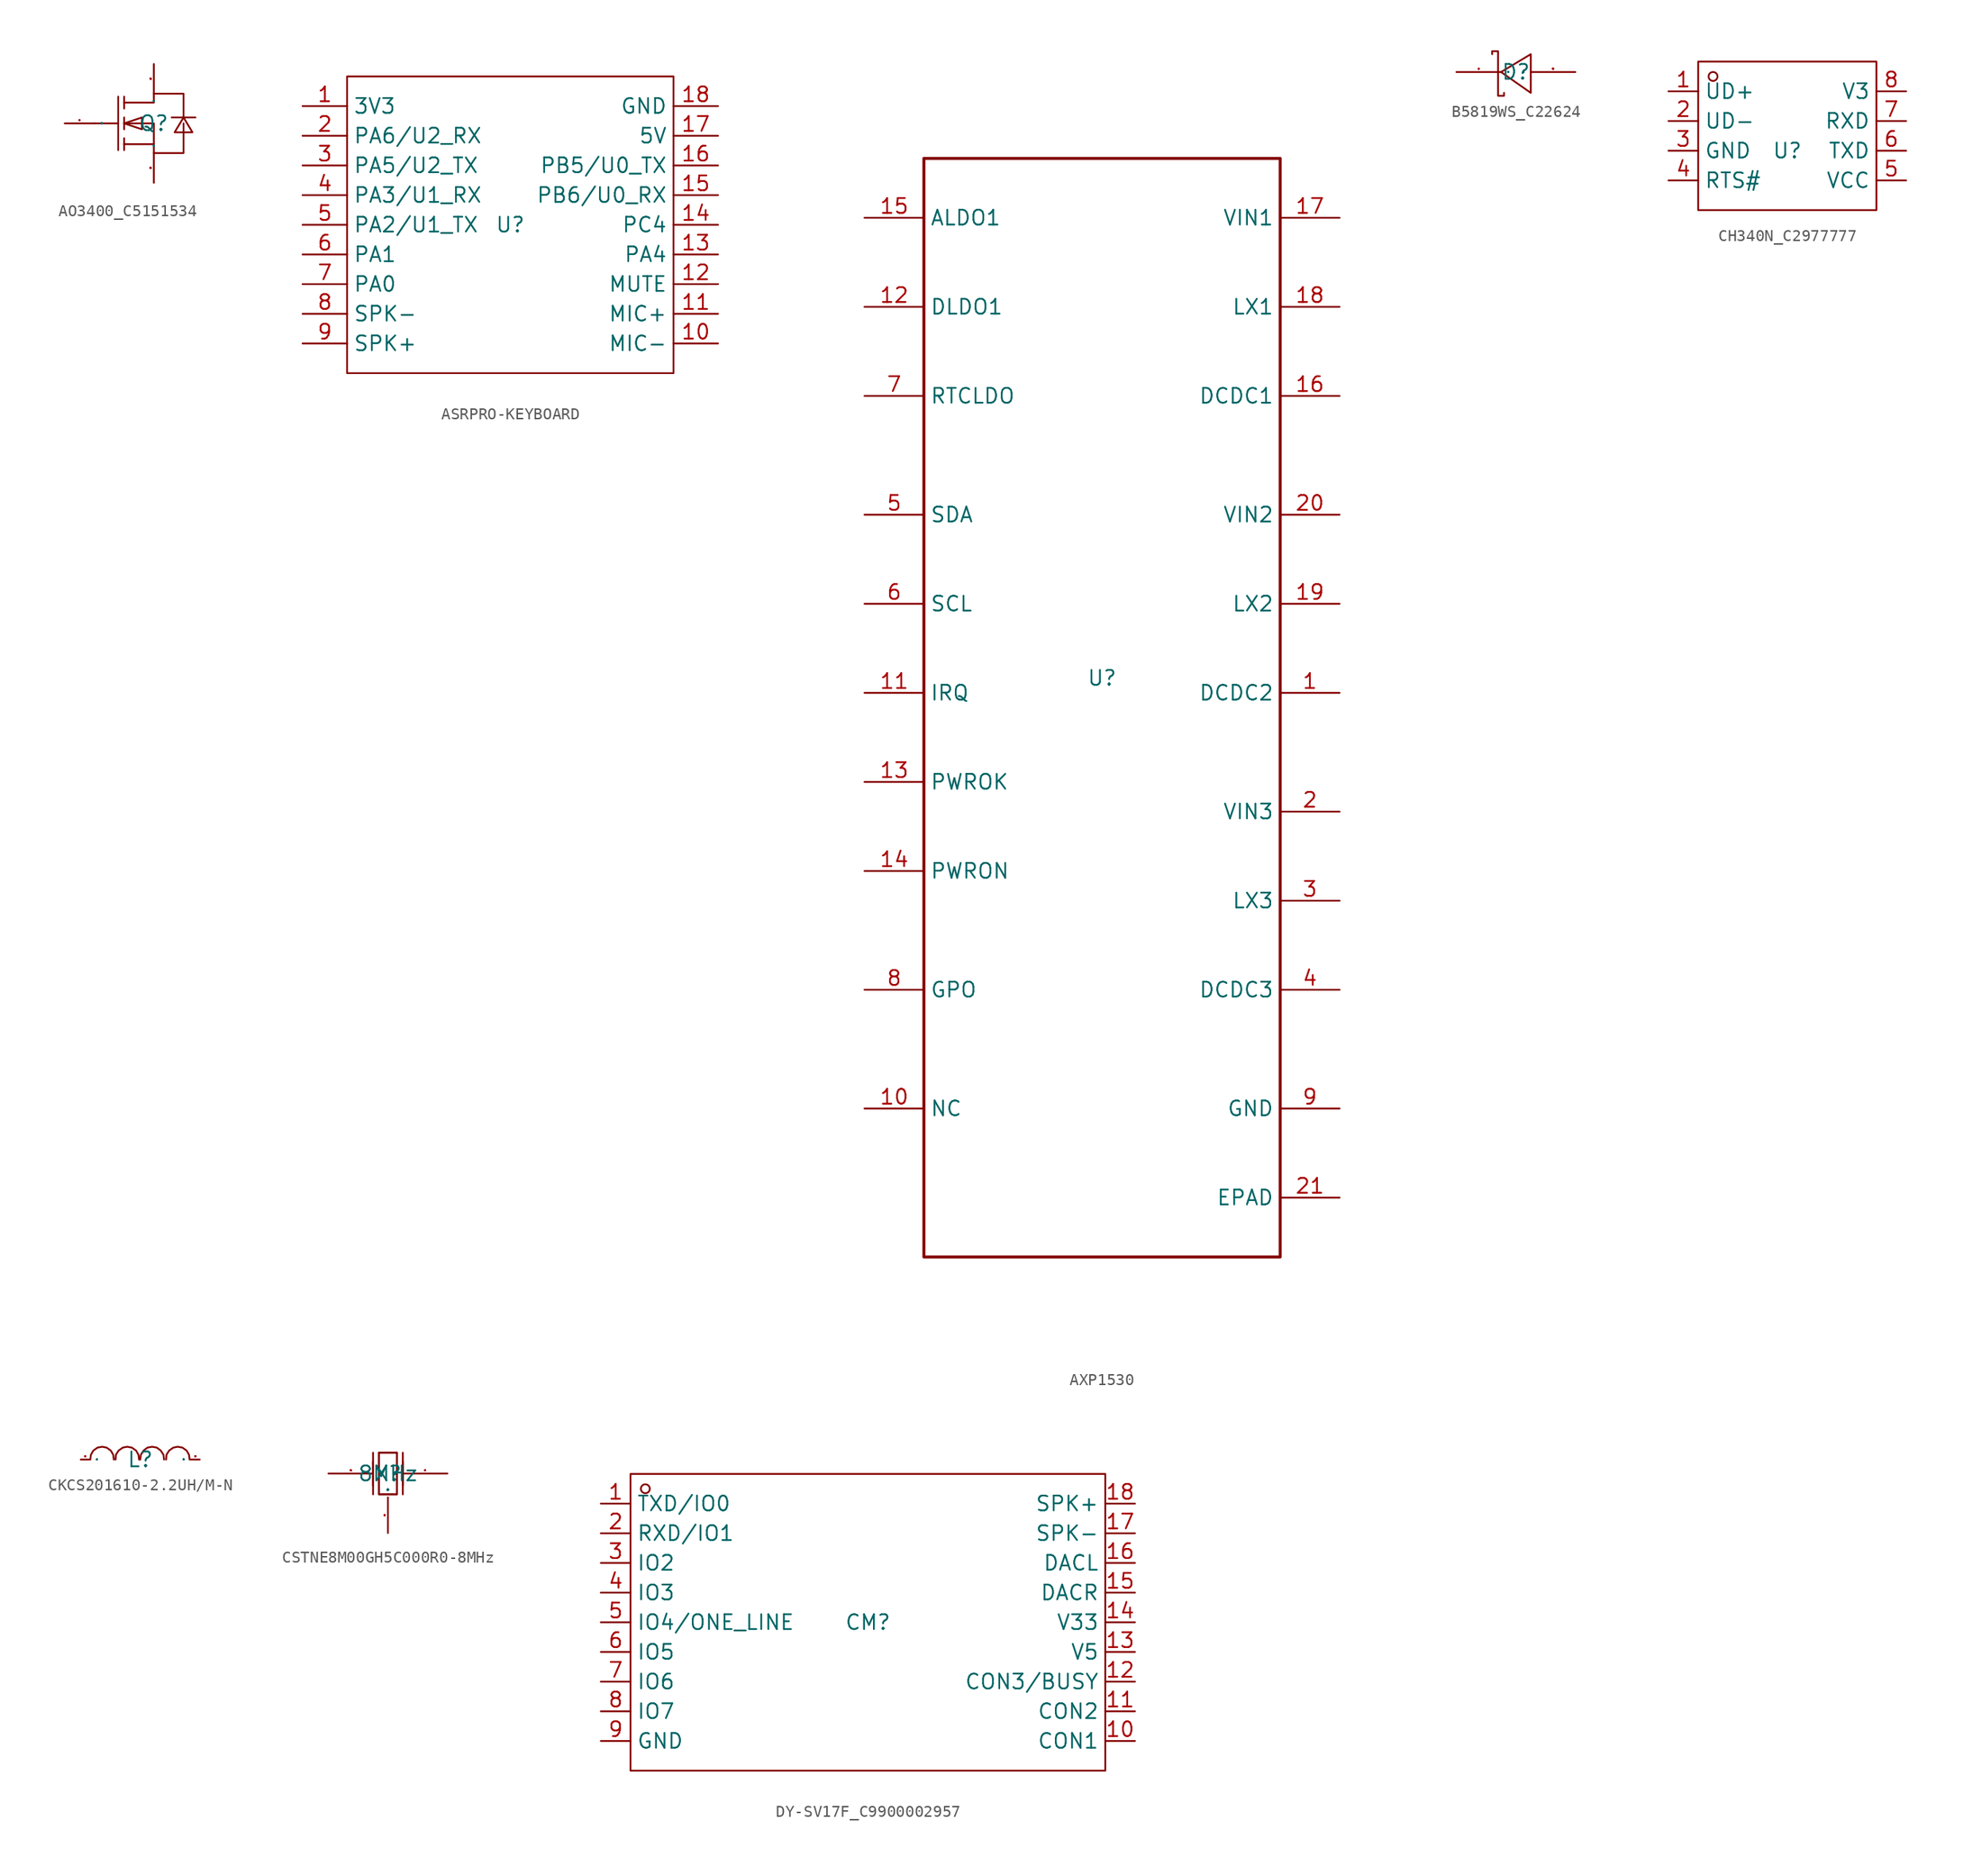
<source format=kicad_sym>
(kicad_symbol_lib
  (version 20231120)
  (generator "kicad_symbol_editor")
  (generator_version "8.0")
  (symbol "AO3400_C5151534"
    (property "Reference" "Q"
      (at 0 0 0)
      (effects (font (size 1.27 1.27))))
    (property "Value" ""
      (at 0 0 0)
      (effects (font (size 1.27 1.27))))
    (symbol "AO3400_C5151534_1_0"
      (polyline (pts (xy -5.08 0) (xy -3.048 0)) (stroke (width 0) (type default)) (fill (type none)))
      (polyline (pts (xy -3.048 2.286) (xy -3.048 -2.286)) (stroke (width 0) (type default)) (fill (type none)))
      (polyline (pts (xy -2.54 -2.286) (xy -2.54 -1.27)) (stroke (width 0) (type default)) (fill (type none)))
      (polyline (pts (xy -2.54 -0.508) (xy -2.54 0.508)) (stroke (width 0) (type default)) (fill (type none)))
      (polyline (pts (xy -2.54 2.286) (xy -2.54 1.27)) (stroke (width 0) (type default)) (fill (type none)))
      (polyline (pts (xy 0 -1.778) (xy -2.54 -1.778)) (stroke (width 0) (type default)) (fill (type none)))
      (polyline (pts (xy -2.54 0) (xy -1.016 -0.508) (xy -1.016 -0.508) (xy -1.016 0.508) (xy -1.016 0.508) (xy -2.54 0)) (stroke (width 0) (type default)) (fill (type none)))
      (polyline (pts (xy 2.54 0.508) (xy 1.778 -0.762) (xy 1.778 -0.762) (xy 3.302 -0.762) (xy 3.302 -0.762) (xy 2.54 0.508)) (stroke (width 0) (type default)) (fill (type none)))
      (polyline (pts (xy 3.556 0.508) (xy 3.048 0.508) (xy 3.048 0.508) (xy 2.032 0.508) (xy 2.032 0.508) (xy 1.524 0.508)) (stroke (width 0) (type default)) (fill (type none)))
      (polyline (pts (xy -2.54 0) (xy 0 0) (xy 0 0) (xy 0 -2.54) (xy 0 -2.54) (xy 2.54 -2.54) (xy 2.54 -2.54) (xy 2.54 -2.54) (xy 2.54 -2.54) (xy 2.54 0)) (stroke (width 0) (type default)) (fill (type none)))
      (polyline (pts (xy -2.54 1.778) (xy 0 1.778) (xy 0 1.778) (xy 0 2.54) (xy 0 2.54) (xy 2.54 2.54) (xy 2.54 2.54) (xy 2.54 2.54) (xy 2.54 2.54) (xy 2.54 0.508)) (stroke (width 0) (type default)) (fill (type none)))
      (pin unspecified line (at -7.62 0 0) (length 2.54) (name "G" (effects (font (size 0.025 0.025)))) (number "1" (effects (font (size 0.025 0.025)))))
      (pin unspecified line (at 0 -5.08 90) (length 2.54) (name "S" (effects (font (size 0.025 0.025)))) (number "2" (effects (font (size 0.025 0.025)))))
      (pin unspecified line (at 0 5.08 270) (length 2.54) (name "D" (effects (font (size 0.025 0.025)))) (number "3" (effects (font (size 0.025 0.025)))))))
  (symbol "ASRPRO-KEYBOARD"
    (property "Reference" "U"
      (at 0 0 0)
      (effects (font (size 1.27 1.27))))
    (property "Value" ""
      (at 0 0 0)
      (effects (font (size 1.27 1.27))))
    (symbol "ASRPRO-KEYBOARD_1_0"
      (rectangle (start -13.97 -12.7) (end 13.97 12.7) (stroke (width 0) (type default)) (fill (type none)))
      (pin input line (at -17.78 10.16 0) (length 3.81) (name "3V3" (effects (font (size 1.27 1.27)))) (number "1" (effects (font (size 1.27 1.27)))))
      (pin input line (at 17.78 -10.16 180) (length 3.81) (name "MIC-" (effects (font (size 1.27 1.27)))) (number "10" (effects (font (size 1.27 1.27)))))
      (pin input line (at 17.78 -7.62 180) (length 3.81) (name "MIC+" (effects (font (size 1.27 1.27)))) (number "11" (effects (font (size 1.27 1.27)))))
      (pin input line (at 17.78 -5.08 180) (length 3.81) (name "MUTE" (effects (font (size 1.27 1.27)))) (number "12" (effects (font (size 1.27 1.27)))))
      (pin input line (at 17.78 -2.54 180) (length 3.81) (name "PA4" (effects (font (size 1.27 1.27)))) (number "13" (effects (font (size 1.27 1.27)))))
      (pin input line (at 17.78 0 180) (length 3.81) (name "PC4" (effects (font (size 1.27 1.27)))) (number "14" (effects (font (size 1.27 1.27)))))
      (pin input line (at 17.78 2.54 180) (length 3.81) (name "PB6/U0_RX" (effects (font (size 1.27 1.27)))) (number "15" (effects (font (size 1.27 1.27)))))
      (pin input line (at 17.78 5.08 180) (length 3.81) (name "PB5/U0_TX" (effects (font (size 1.27 1.27)))) (number "16" (effects (font (size 1.27 1.27)))))
      (pin input line (at 17.78 7.62 180) (length 3.81) (name "5V" (effects (font (size 1.27 1.27)))) (number "17" (effects (font (size 1.27 1.27)))))
      (pin input line (at 17.78 10.16 180) (length 3.81) (name "GND" (effects (font (size 1.27 1.27)))) (number "18" (effects (font (size 1.27 1.27)))))
      (pin input line (at -17.78 7.62 0) (length 3.81) (name "PA6/U2_RX" (effects (font (size 1.27 1.27)))) (number "2" (effects (font (size 1.27 1.27)))))
      (pin input line (at -17.78 5.08 0) (length 3.81) (name "PA5/U2_TX" (effects (font (size 1.27 1.27)))) (number "3" (effects (font (size 1.27 1.27)))))
      (pin input line (at -17.78 2.54 0) (length 3.81) (name "PA3/U1_RX" (effects (font (size 1.27 1.27)))) (number "4" (effects (font (size 1.27 1.27)))))
      (pin input line (at -17.78 0 0) (length 3.81) (name "PA2/U1_TX" (effects (font (size 1.27 1.27)))) (number "5" (effects (font (size 1.27 1.27)))))
      (pin input line (at -17.78 -2.54 0) (length 3.81) (name "PA1" (effects (font (size 1.27 1.27)))) (number "6" (effects (font (size 1.27 1.27)))))
      (pin input line (at -17.78 -5.08 0) (length 3.81) (name "PA0" (effects (font (size 1.27 1.27)))) (number "7" (effects (font (size 1.27 1.27)))))
      (pin input line (at -17.78 -7.62 0) (length 3.81) (name "SPK-" (effects (font (size 1.27 1.27)))) (number "8" (effects (font (size 1.27 1.27)))))
      (pin input line (at -17.78 -10.16 0) (length 3.81) (name "SPK+" (effects (font (size 1.27 1.27)))) (number "9" (effects (font (size 1.27 1.27)))))))
  (symbol "AXP1530"
    (property "Reference" "U"
      (at 0 0 0)
      (effects (font (size 1.27 1.27))))
    (property "Value" ""
      (at 0 0 0)
      (effects (font (size 1.27 1.27))))
    (symbol "AXP1530_1_0"
      (rectangle (start -15.24 44.45) (end 15.24 -49.53) (stroke (width 0.254) (type solid)) (fill (type none)))
      (pin input line (at 20.32 -1.27 180) (length 5.08) (name "DCDC2" (effects (font (size 1.27 1.27)))) (number "1" (effects (font (size 1.27 1.27)))))
      (pin input line (at -20.32 -36.83 0) (length 5.08) (name "NC" (effects (font (size 1.27 1.27)))) (number "10" (effects (font (size 1.27 1.27)))))
      (pin input line (at -20.32 -1.27 0) (length 5.08) (name "IRQ" (effects (font (size 1.27 1.27)))) (number "11" (effects (font (size 1.27 1.27)))))
      (pin input line (at -20.32 31.75 0) (length 5.08) (name "DLDO1" (effects (font (size 1.27 1.27)))) (number "12" (effects (font (size 1.27 1.27)))))
      (pin input line (at -20.32 -8.89 0) (length 5.08) (name "PWROK" (effects (font (size 1.27 1.27)))) (number "13" (effects (font (size 1.27 1.27)))))
      (pin input line (at -20.32 -16.51 0) (length 5.08) (name "PWRON" (effects (font (size 1.27 1.27)))) (number "14" (effects (font (size 1.27 1.27)))))
      (pin input line (at -20.32 39.37 0) (length 5.08) (name "ALDO1" (effects (font (size 1.27 1.27)))) (number "15" (effects (font (size 1.27 1.27)))))
      (pin input line (at 20.32 24.13 180) (length 5.08) (name "DCDC1" (effects (font (size 1.27 1.27)))) (number "16" (effects (font (size 1.27 1.27)))))
      (pin input line (at 20.32 39.37 180) (length 5.08) (name "VIN1" (effects (font (size 1.27 1.27)))) (number "17" (effects (font (size 1.27 1.27)))))
      (pin input line (at 20.32 31.75 180) (length 5.08) (name "LX1" (effects (font (size 1.27 1.27)))) (number "18" (effects (font (size 1.27 1.27)))))
      (pin input line (at 20.32 6.35 180) (length 5.08) (name "LX2" (effects (font (size 1.27 1.27)))) (number "19" (effects (font (size 1.27 1.27)))))
      (pin input line (at 20.32 -11.43 180) (length 5.08) (name "VIN3" (effects (font (size 1.27 1.27)))) (number "2" (effects (font (size 1.27 1.27)))))
      (pin input line (at 20.32 13.97 180) (length 5.08) (name "VIN2" (effects (font (size 1.27 1.27)))) (number "20" (effects (font (size 1.27 1.27)))))
      (pin input line (at 20.32 -44.45 180) (length 5.08) (name "EPAD" (effects (font (size 1.27 1.27)))) (number "21" (effects (font (size 1.27 1.27)))))
      (pin input line (at 20.32 -19.05 180) (length 5.08) (name "LX3" (effects (font (size 1.27 1.27)))) (number "3" (effects (font (size 1.27 1.27)))))
      (pin input line (at 20.32 -26.67 180) (length 5.08) (name "DCDC3" (effects (font (size 1.27 1.27)))) (number "4" (effects (font (size 1.27 1.27)))))
      (pin input line (at -20.32 13.97 0) (length 5.08) (name "SDA" (effects (font (size 1.27 1.27)))) (number "5" (effects (font (size 1.27 1.27)))))
      (pin input line (at -20.32 6.35 0) (length 5.08) (name "SCL" (effects (font (size 1.27 1.27)))) (number "6" (effects (font (size 1.27 1.27)))))
      (pin input line (at -20.32 24.13 0) (length 5.08) (name "RTCLDO" (effects (font (size 1.27 1.27)))) (number "7" (effects (font (size 1.27 1.27)))))
      (pin input line (at -20.32 -26.67 0) (length 5.08) (name "GPO" (effects (font (size 1.27 1.27)))) (number "8" (effects (font (size 1.27 1.27)))))
      (pin input line (at 20.32 -36.83 180) (length 5.08) (name "GND" (effects (font (size 1.27 1.27)))) (number "9" (effects (font (size 1.27 1.27)))))))
  (symbol "B5819WS_C22624"
    (property "Reference" "D"
      (at 0 0 0)
      (effects (font (size 1.27 1.27))))
    (property "Value" ""
      (at 0 0 0)
      (effects (font (size 1.27 1.27))))
    (symbol "B5819WS_C22624_1_0"
      (polyline (pts (xy 1.27 1.524) (xy -1.27 0) (xy -1.27 0) (xy 1.27 -1.778) (xy 1.27 -1.778) (xy 1.27 1.524)) (stroke (width 0) (type default)) (fill (type none)))
      (polyline (pts (xy -2.032 1.524) (xy -2.032 1.778) (xy -2.032 1.778) (xy -1.524 1.778) (xy -1.524 1.778) (xy -1.524 -2.032) (xy -1.524 -2.032) (xy -1.016 -2.032) (xy -1.016 -2.032) (xy -1.016 -1.778)) (stroke (width 0) (type default)) (fill (type none)))
      (pin unspecified line (at -5.08 0 0) (length 3.81) (name "K" (effects (font (size 0.025 0.025)))) (number "1" (effects (font (size 0.025 0.025)))))
      (pin unspecified line (at 5.08 0 180) (length 3.81) (name "A" (effects (font (size 0.025 0.025)))) (number "2" (effects (font (size 0.025 0.025)))))))
  (symbol "CH340N_C2977777"
    (property "Reference" "U"
      (at 0 0 0)
      (effects (font (size 1.27 1.27))))
    (property "Value" ""
      (at 0 0 0)
      (effects (font (size 1.27 1.27))))
    (symbol "CH340N_C2977777_1_0"
      (rectangle (start -7.62 -5.08) (end 7.62 7.62) (stroke (width 0) (type default)) (fill (type none)))
      (circle (center -6.35 6.35) (radius 0.381) (stroke (width 0) (type default)) (fill (type none)))
      (pin input line (at -10.16 5.08 0) (length 2.54) (name "UD+" (effects (font (size 1.27 1.27)))) (number "1" (effects (font (size 1.27 1.27)))))
      (pin input line (at -10.16 2.54 0) (length 2.54) (name "UD-" (effects (font (size 1.27 1.27)))) (number "2" (effects (font (size 1.27 1.27)))))
      (pin input line (at -10.16 0 0) (length 2.54) (name "GND" (effects (font (size 1.27 1.27)))) (number "3" (effects (font (size 1.27 1.27)))))
      (pin input line (at -10.16 -2.54 0) (length 2.54) (name "RTS#" (effects (font (size 1.27 1.27)))) (number "4" (effects (font (size 1.27 1.27)))))
      (pin input line (at 10.16 -2.54 180) (length 2.54) (name "VCC" (effects (font (size 1.27 1.27)))) (number "5" (effects (font (size 1.27 1.27)))))
      (pin input line (at 10.16 0 180) (length 2.54) (name "TXD" (effects (font (size 1.27 1.27)))) (number "6" (effects (font (size 1.27 1.27)))))
      (pin input line (at 10.16 2.54 180) (length 2.54) (name "RXD" (effects (font (size 1.27 1.27)))) (number "7" (effects (font (size 1.27 1.27)))))
      (pin input line (at 10.16 5.08 180) (length 2.54) (name "V3" (effects (font (size 1.27 1.27)))) (number "8" (effects (font (size 1.27 1.27)))))))
  (symbol "CKCS201610-2.2UH/M-N"
    (property "Reference" "L"
      (at 0 0 0)
      (effects (font (size 1.27 1.27))))
    (symbol "CKCS201610-2.2UH/M-N_1_0"
      (polyline (pts (xy -4.267 0) (xy -4.216 0.406) (xy -4.216 0.406) (xy -4.013 0.762) (xy -4.013 0.762) (xy -3.658 1.016) (xy -3.658 1.016) (xy -3.251 1.092) (xy -3.251 1.092) (xy -2.87 1.016) (xy -2.87 1.016) (xy -2.515 0.762) (xy -2.515 0.762) (xy -2.311 0.406) (xy -2.311 0.406) (xy -2.261 0)) (stroke (width 0) (type default)) (fill (type none)))
      (polyline (pts (xy -2.108 0) (xy -2.083 0.406) (xy -2.083 0.406) (xy -1.854 0.762) (xy -1.854 0.762) (xy -1.499 1.016) (xy -1.499 1.016) (xy -1.118 1.092) (xy -1.118 1.092) (xy -0.711 1.016) (xy -0.711 1.016) (xy -0.356 0.762) (xy -0.356 0.762) (xy -0.152 0.406) (xy -0.152 0.406) (xy -0.102 0)) (stroke (width 0) (type default)) (fill (type none)))
      (polyline (pts (xy 0 0) (xy 0.051 0.406) (xy 0.051 0.406) (xy 0.279 0.762) (xy 0.279 0.762) (xy 0.61 1.016) (xy 0.61 1.016) (xy 1.016 1.092) (xy 1.016 1.092) (xy 1.422 1.016) (xy 1.422 1.016) (xy 1.753 0.762) (xy 1.753 0.762) (xy 1.981 0.406) (xy 1.981 0.406) (xy 2.032 0)) (stroke (width 0) (type default)) (fill (type none)))
      (polyline (pts (xy 2.21 0) (xy 2.235 0.406) (xy 2.235 0.406) (xy 2.464 0.762) (xy 2.464 0.762) (xy 2.819 1.016) (xy 2.819 1.016) (xy 3.2 1.092) (xy 3.2 1.092) (xy 3.607 1.016) (xy 3.607 1.016) (xy 3.962 0.762) (xy 3.962 0.762) (xy 4.166 0.406) (xy 4.166 0.406) (xy 4.216 0)) (stroke (width 0) (type default)) (fill (type none)))
      (pin unspecified line (at -5.08 0 0) (length 0.762) (name "1" (effects (font (size 0.025 0.025)))) (number "1" (effects (font (size 0.025 0.025)))))
      (pin unspecified line (at 5.08 0 180) (length 0.762) (name "2" (effects (font (size 0.025 0.025)))) (number "2" (effects (font (size 0.025 0.025)))))))
  (symbol "CSTNE8M00GH5C000R0-8MHz"
    (property "Reference" "X"
      (at 0 0 0)
      (effects (font (size 1.27 1.27))))
    (property "Value" "8MHz"
      (at 0 0 0)
      (effects (font (size 1.27 1.27))))
    (symbol "CSTNE8M00GH5C000R0-8MHz_1_0"
      (polyline (pts (xy -1.27 1.016) (xy -1.27 -1.016)) (stroke (width 0) (type default)) (fill (type none)))
      (polyline (pts (xy -1.27 1.778) (xy -1.27 -1.778)) (stroke (width 0) (type default)) (fill (type none)))
      (polyline (pts (xy -0.762 1.778) (xy 0.762 1.778)) (stroke (width 0) (type default)) (fill (type none)))
      (polyline (pts (xy 1.27 1.016) (xy 1.27 -1.016)) (stroke (width 0) (type default)) (fill (type none)))
      (polyline (pts (xy 1.27 1.778) (xy 1.27 -1.778)) (stroke (width 0) (type default)) (fill (type none)))
      (polyline (pts (xy 0.762 1.778) (xy 0.762 -1.778) (xy 0.762 -1.778) (xy -0.762 -1.778) (xy -0.762 -1.778) (xy -0.762 1.778)) (stroke (width 0) (type default)) (fill (type none)))
      (polyline (pts (xy -0.762 -1.778) (xy -0.762 1.778) (xy -0.762 1.778) (xy 0.762 1.778) (xy 0.762 1.778) (xy 0.762 -1.778) (xy 0.762 -1.778) (xy -0.762 -1.778)) (stroke (width 0) (type default)) (fill (type none)))
      (pin input line (at 5.08 0 180) (length 3.81) (name "OSC1" (effects (font (size 0.025 0.025)))) (number "1" (effects (font (size 0.025 0.025)))))
      (pin input line (at 0 -5.08 90) (length 3.048) (name "GND" (effects (font (size 0.025 0.025)))) (number "2" (effects (font (size 0.025 0.025)))))
      (pin input line (at -5.08 0 0) (length 3.81) (name "OSC2" (effects (font (size 0.025 0.025)))) (number "3" (effects (font (size 0.025 0.025)))))))
  (symbol "DY-SV17F_C9900002957"
    (property "Reference" "CM"
      (at 0 0 0)
      (effects (font (size 1.27 1.27))))
    (property "Value" ""
      (at 0 0 0)
      (effects (font (size 1.27 1.27))))
    (symbol "DY-SV17F_C9900002957_1_0"
      (rectangle (start -20.32 -12.7) (end 20.32 12.7) (stroke (width 0) (type default)) (fill (type none)))
      (circle (center -19.05 11.43) (radius 0.381) (stroke (width 0) (type default)) (fill (type none)))
      (pin input line (at -22.86 10.16 0) (length 2.54) (name "TXD/IO0" (effects (font (size 1.27 1.27)))) (number "1" (effects (font (size 1.27 1.27)))))
      (pin input line (at 22.86 -10.16 180) (length 2.54) (name "CON1" (effects (font (size 1.27 1.27)))) (number "10" (effects (font (size 1.27 1.27)))))
      (pin input line (at 22.86 -7.62 180) (length 2.54) (name "CON2" (effects (font (size 1.27 1.27)))) (number "11" (effects (font (size 1.27 1.27)))))
      (pin input line (at 22.86 -5.08 180) (length 2.54) (name "CON3/BUSY" (effects (font (size 1.27 1.27)))) (number "12" (effects (font (size 1.27 1.27)))))
      (pin input line (at 22.86 -2.54 180) (length 2.54) (name "V5" (effects (font (size 1.27 1.27)))) (number "13" (effects (font (size 1.27 1.27)))))
      (pin input line (at 22.86 0 180) (length 2.54) (name "V33" (effects (font (size 1.27 1.27)))) (number "14" (effects (font (size 1.27 1.27)))))
      (pin input line (at 22.86 2.54 180) (length 2.54) (name "DACR" (effects (font (size 1.27 1.27)))) (number "15" (effects (font (size 1.27 1.27)))))
      (pin input line (at 22.86 5.08 180) (length 2.54) (name "DACL" (effects (font (size 1.27 1.27)))) (number "16" (effects (font (size 1.27 1.27)))))
      (pin input line (at 22.86 7.62 180) (length 2.54) (name "SPK-" (effects (font (size 1.27 1.27)))) (number "17" (effects (font (size 1.27 1.27)))))
      (pin input line (at 22.86 10.16 180) (length 2.54) (name "SPK+" (effects (font (size 1.27 1.27)))) (number "18" (effects (font (size 1.27 1.27)))))
      (pin input line (at -22.86 7.62 0) (length 2.54) (name "RXD/IO1" (effects (font (size 1.27 1.27)))) (number "2" (effects (font (size 1.27 1.27)))))
      (pin input line (at -22.86 5.08 0) (length 2.54) (name "IO2" (effects (font (size 1.27 1.27)))) (number "3" (effects (font (size 1.27 1.27)))))
      (pin input line (at -22.86 2.54 0) (length 2.54) (name "IO3" (effects (font (size 1.27 1.27)))) (number "4" (effects (font (size 1.27 1.27)))))
      (pin input line (at -22.86 0 0) (length 2.54) (name "IO4/ONE_LINE" (effects (font (size 1.27 1.27)))) (number "5" (effects (font (size 1.27 1.27)))))
      (pin input line (at -22.86 -2.54 0) (length 2.54) (name "IO5" (effects (font (size 1.27 1.27)))) (number "6" (effects (font (size 1.27 1.27)))))
      (pin input line (at -22.86 -5.08 0) (length 2.54) (name "IO6" (effects (font (size 1.27 1.27)))) (number "7" (effects (font (size 1.27 1.27)))))
      (pin input line (at -22.86 -7.62 0) (length 2.54) (name "IO7" (effects (font (size 1.27 1.27)))) (number "8" (effects (font (size 1.27 1.27)))))
      (pin input line (at -22.86 -10.16 0) (length 2.54) (name "GND" (effects (font (size 1.27 1.27)))) (number "9" (effects (font (size 1.27 1.27))))))))
</source>
